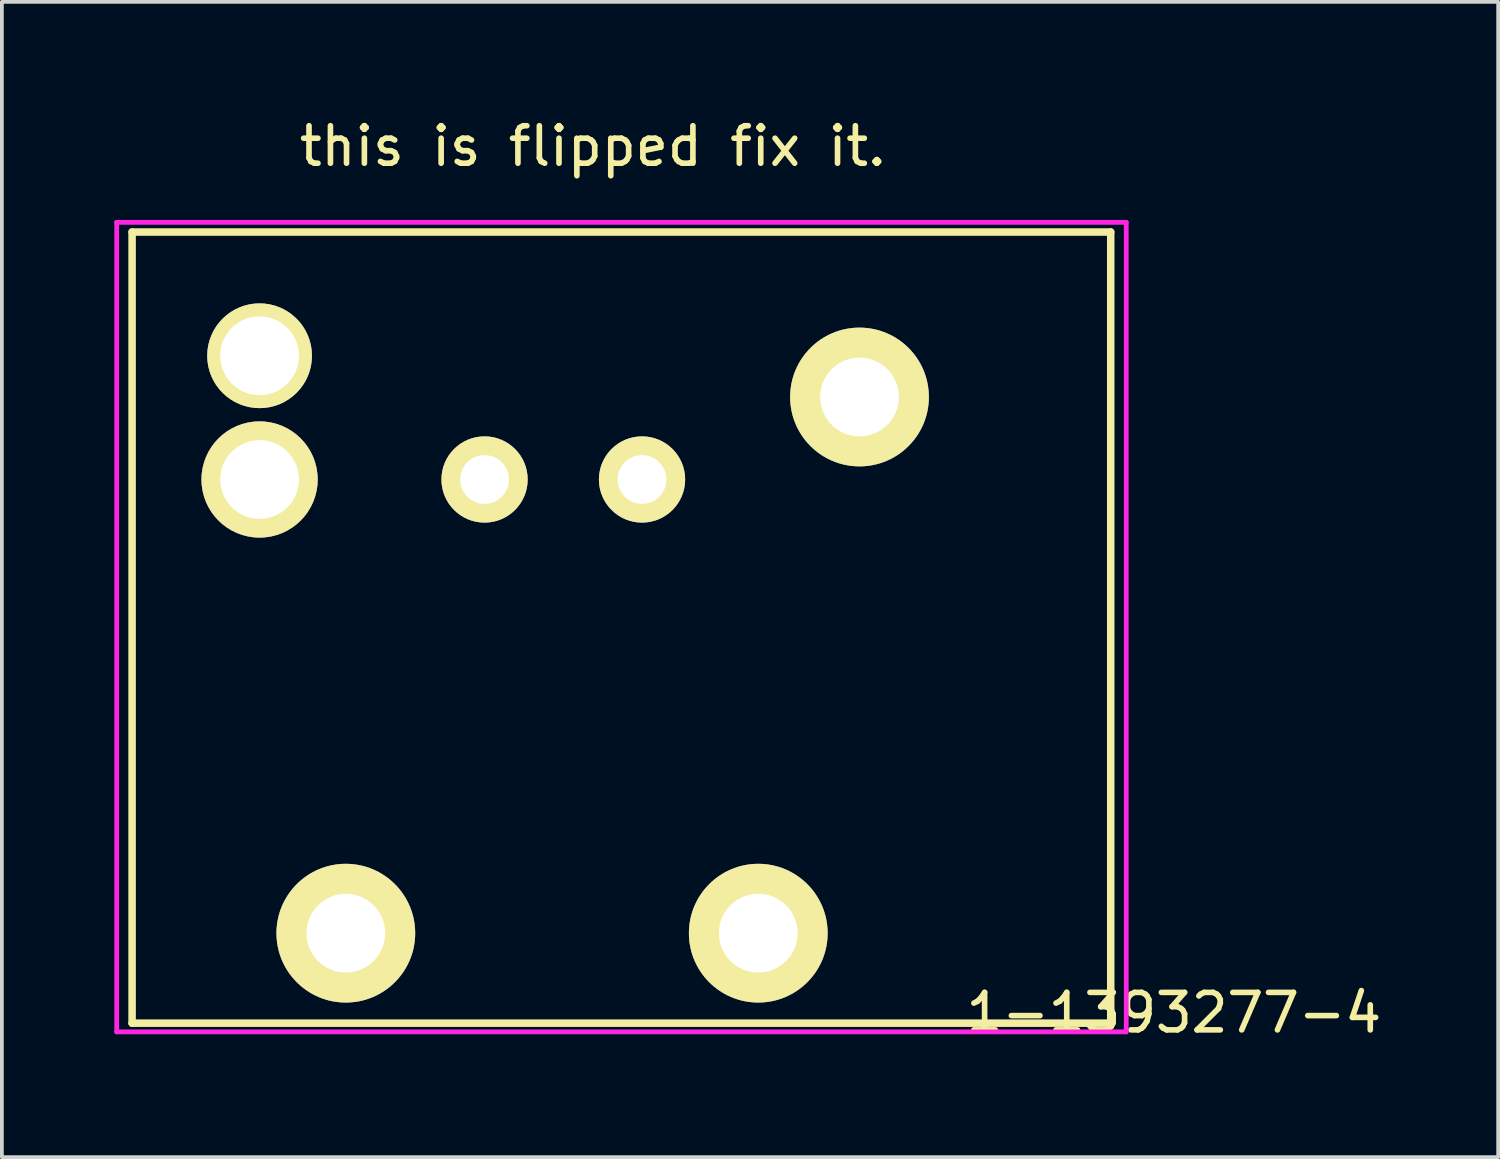
<source format=kicad_pcb>
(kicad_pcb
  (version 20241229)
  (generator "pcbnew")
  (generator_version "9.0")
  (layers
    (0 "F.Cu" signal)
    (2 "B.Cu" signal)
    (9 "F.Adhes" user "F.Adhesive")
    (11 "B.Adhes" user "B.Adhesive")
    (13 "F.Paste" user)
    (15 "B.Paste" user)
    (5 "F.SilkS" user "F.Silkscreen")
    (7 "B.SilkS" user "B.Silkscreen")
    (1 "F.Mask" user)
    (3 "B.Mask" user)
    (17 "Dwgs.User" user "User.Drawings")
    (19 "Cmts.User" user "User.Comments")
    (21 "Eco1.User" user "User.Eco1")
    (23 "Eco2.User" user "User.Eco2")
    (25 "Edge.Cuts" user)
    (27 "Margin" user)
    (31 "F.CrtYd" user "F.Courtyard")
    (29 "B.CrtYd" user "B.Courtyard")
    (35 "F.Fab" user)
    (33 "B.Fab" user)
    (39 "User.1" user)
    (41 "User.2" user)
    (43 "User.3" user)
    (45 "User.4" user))
  (footprint "1-1393277-4"
    (layer "F.Cu")
    (at 3.873 9.738)
    (property "Reference" "1-1393277-4" (at 24.384 14.224 0) (layer "F.SilkS") (effects (font (size 1 1) (thickness 0.15))))
    (attr through_hole)
    (fp_line (start -3.4 -6.6) (end -3.4 14.5) (stroke (width 0.2) (type solid)) (layer "F.SilkS"))
    (fp_line (start -3.4 -6.6) (end 22.7 -6.6) (stroke (width 0.2) (type solid)) (layer "F.SilkS"))
    (fp_line (start 22.7 -6.6) (end 22.7 14.5) (stroke (width 0.2) (type solid)) (layer "F.SilkS"))
    (fp_line (start 22.7 14.5) (end -3.4 14.5) (stroke (width 0.2) (type solid)) (layer "F.SilkS"))
    (fp_line (start -3.81 -6.858) (end 23.114 -6.858) (stroke (width 0.127) (type solid)) (layer "F.CrtYd"))
    (fp_line (start -3.81 14.732) (end -3.81 -6.858) (stroke (width 0.127) (type solid)) (layer "F.CrtYd"))
    (fp_line (start 23.114 -6.858) (end 23.114 14.732) (stroke (width 0.127) (type solid)) (layer "F.CrtYd"))
    (fp_line (start 23.114 14.732) (end -3.81 14.732) (stroke (width 0.127) (type solid)) (layer "F.CrtYd"))
    (fp_text user "this is flipped fix it." (at 8.89 -8.89 0) (layer "F.SilkS") (effects (font (size 1 1) (thickness 0.15))))
    (pad "1" thru_hole circle (at 6 0) (size 2.3 2.3) (drill 1.3) (layers "*.Cu" "*.Mask" "F.SilkS"))
    (pad "2" thru_hole circle (at 10.2 0) (size 2.3 2.3) (drill 1.3) (layers "*.Cu" "*.Mask" "F.SilkS"))
    (pad "3" thru_hole circle (at 0 -3.3) (size 2.794 2.794) (drill 2.1) (layers "*.Cu" "*.Mask" "F.SilkS"))
    (pad "4A" thru_hole circle (at 16 -2.2) (size 3.7 3.7) (drill 2.1) (layers "*.Cu" "*.Mask" "F.SilkS"))
    (pad "4B" thru_hole circle (at 2.3 12.1) (size 3.7 3.7) (drill 2.1) (layers "*.Cu" "*.Mask" "F.SilkS"))
    (pad "4C" thru_hole circle (at 13.3 12.1) (size 3.7 3.7) (drill 2.1) (layers "*.Cu" "*.Mask" "F.SilkS"))
    (pad "5" thru_hole circle (at 0 0) (size 3.1 3.1) (drill 2.1) (layers "*.Cu" "*.Mask" "F.SilkS")))
  (gr_rect
    (start -3 -3)
    (end 36.906 27.811)
    (stroke (width 0.1) (type default))
    (fill no)
    (layer "Edge.Cuts")))
</source>
